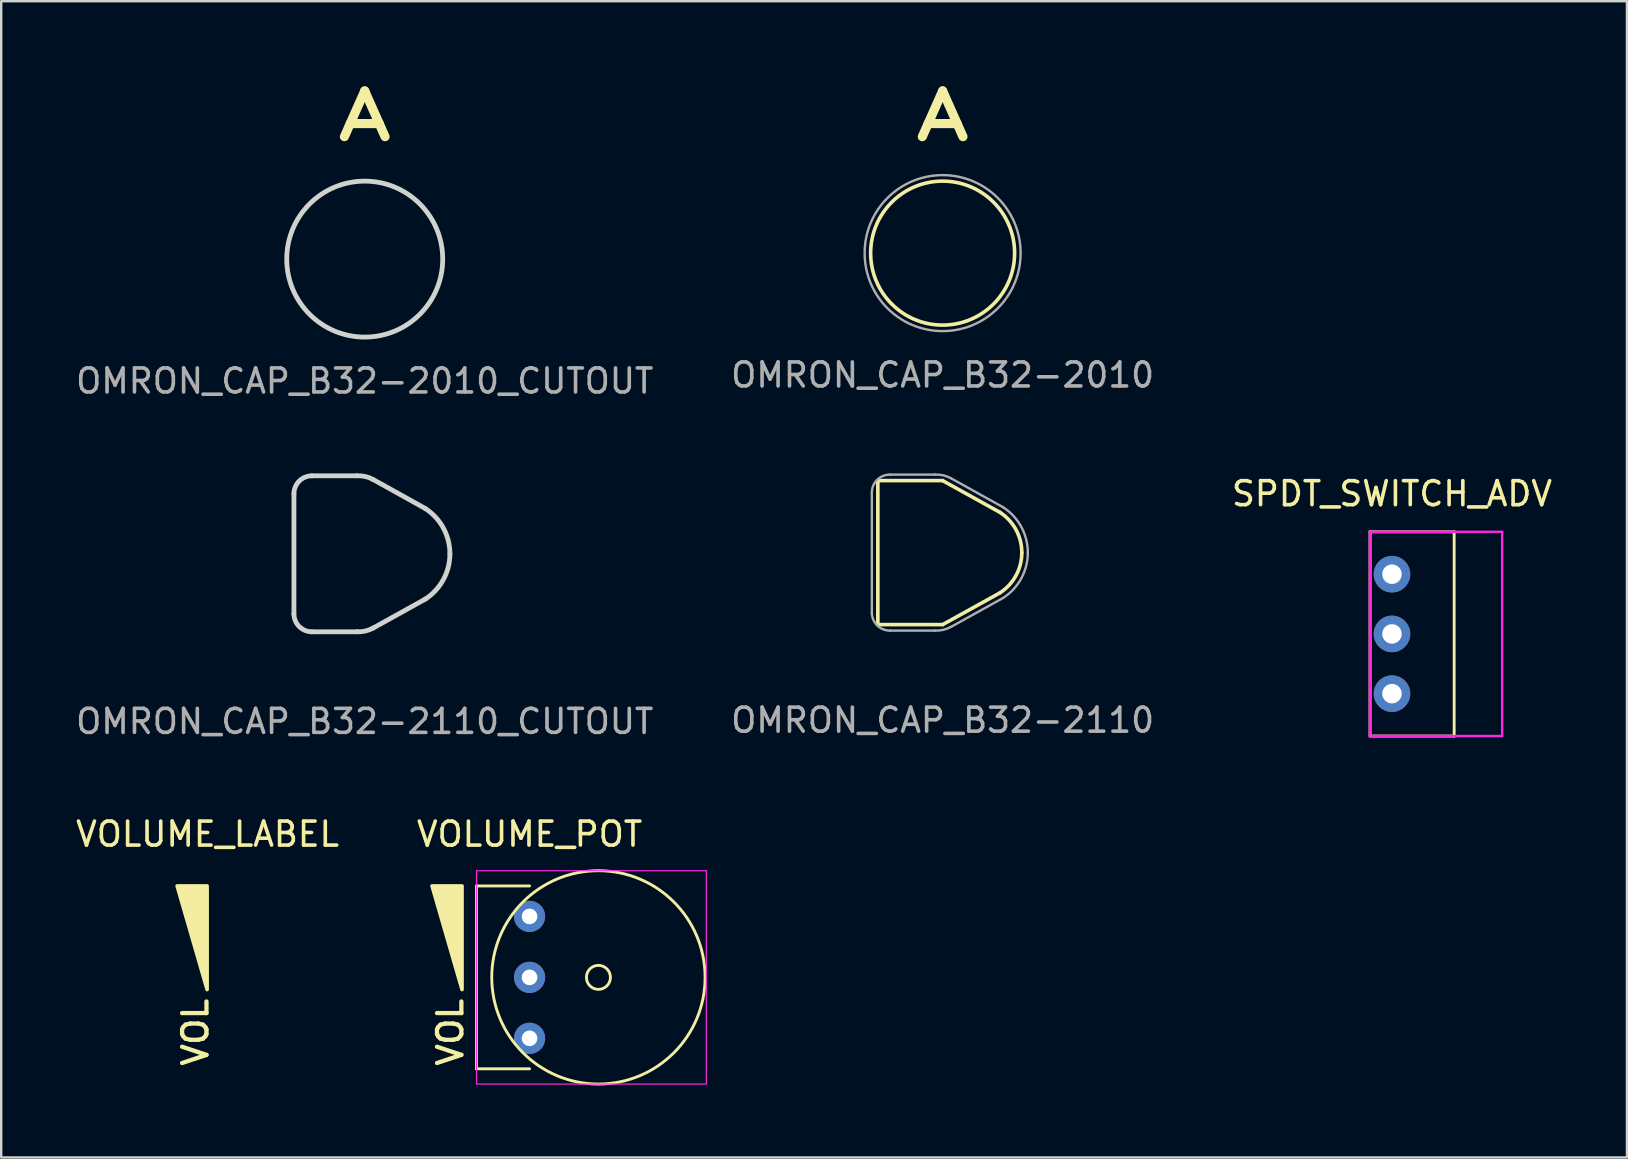
<source format=kicad_pcb>
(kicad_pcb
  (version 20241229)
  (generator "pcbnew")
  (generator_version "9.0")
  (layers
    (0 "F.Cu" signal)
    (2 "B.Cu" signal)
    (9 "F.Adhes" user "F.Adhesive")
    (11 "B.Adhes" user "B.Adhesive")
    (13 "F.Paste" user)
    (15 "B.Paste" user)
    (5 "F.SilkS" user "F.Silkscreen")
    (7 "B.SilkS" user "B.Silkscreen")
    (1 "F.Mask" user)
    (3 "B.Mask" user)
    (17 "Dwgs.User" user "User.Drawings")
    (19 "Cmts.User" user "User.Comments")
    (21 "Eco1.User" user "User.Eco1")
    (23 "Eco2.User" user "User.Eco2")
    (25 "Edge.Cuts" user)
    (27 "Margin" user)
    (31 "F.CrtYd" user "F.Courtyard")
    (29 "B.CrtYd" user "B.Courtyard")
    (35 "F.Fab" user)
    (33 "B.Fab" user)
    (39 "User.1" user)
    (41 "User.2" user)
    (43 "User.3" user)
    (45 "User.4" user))
  (footprint "OMRON_CAP_B32-2010"
    (layer "F.Cu")
    (at 36.232 7.498)
    (property "Reference" "OMRON_CAP_B32-2010" (at 0 5.08 0) (layer "F.Fab") (effects (font (size 1 1) (thickness 0.15))))
    (attr through_hole)
    (fp_circle (center 0 0) (end 3 0) (stroke (width 0.15) (type solid)) (fill no) (layer "F.SilkS"))
    (fp_circle (center 0 0) (end 3.25 0) (stroke (width 0.1) (type solid)) (fill no) (layer "F.Fab"))
    (fp_text user "A" (at 0 -5.715 0) (layer "F.SilkS") (effects (font (size 1.905 2.54) (thickness 0.381)))))
  (footprint "SPDT_SWITCH_ADV"
    (layer "F.Cu")
    (at 54.958 23.367)
    (property "Reference" "SPDT_SWITCH_ADV" (at 0 -5.842 0) (layer "F.SilkS") (effects (font (size 1 1) (thickness 0.15))))
    (attr through_hole)
    (fp_line (start -0.914 -4.255) (end -0.914 4.255) (stroke (width 0.12) (type solid)) (layer "F.SilkS"))
    (fp_line (start -0.914 -4.255) (end 2.591 -4.255) (stroke (width 0.12) (type solid)) (layer "F.SilkS"))
    (fp_line (start -0.914 4.255) (end 2.591 4.255) (stroke (width 0.12) (type solid)) (layer "F.SilkS"))
    (fp_line (start 2.591 -4.255) (end 2.591 4.255) (stroke (width 0.12) (type solid)) (layer "F.SilkS"))
    (fp_line (start -0.921 -4.255) (end -0.921 4.255) (stroke (width 0.1) (type solid)) (layer "F.CrtYd"))
    (fp_line (start -0.921 -4.255) (end 4.591 -4.255) (stroke (width 0.1) (type solid)) (layer "F.CrtYd"))
    (fp_line (start -0.921 4.255) (end 4.591 4.255) (stroke (width 0.1) (type solid)) (layer "F.CrtYd"))
    (fp_line (start 4.591 -4.255) (end 4.591 4.255) (stroke (width 0.1) (type solid)) (layer "F.CrtYd"))
    (pad "1" thru_hole circle (at 0 2.489) (size 1.524 1.524) (drill 0.813) (layers "*.Cu" "*.Mask"))
    (pad "2" thru_hole circle (at 0 0) (size 1.524 1.524) (drill 0.813) (layers "*.Cu" "*.Mask"))
    (pad "3" thru_hole circle (at 0 -2.489) (size 1.524 1.524) (drill 0.813) (layers "*.Cu" "*.Mask")))
  (footprint "OMRON_CAP_B32-2010_CUTOUT"
    (layer "F.Cu")
    (at 12.149 7.748)
    (property "Reference" "OMRON_CAP_B32-2010_CUTOUT" (at 0 5.08 0) (layer "F.Fab") (effects (font (size 1 1) (thickness 0.15))))
    (attr through_hole)
    (fp_circle (center 0 0) (end 3.25 0) (stroke (width 0.2) (type solid)) (fill no) (layer "Eco1.User"))
    (fp_circle (center 0 0) (end 3.25 0) (stroke (width 0.2) (type solid)) (fill no) (layer "Edge.Cuts"))
    (fp_text user "A" (at 0 -5.965 0) (layer "F.SilkS") (effects (font (size 1.905 2.54) (thickness 0.381)))))
  (footprint "OMRON_CAP_B32-2110"
    (layer "F.Cu")
    (at 36.232 19.979)
    (property "Reference" "OMRON_CAP_B32-2110" (at 0 6.985 0) (layer "F.Fab") (effects (font (size 1 1) (thickness 0.15))))
    (attr through_hole)
    (fp_line (start -2.7 -3) (end -2.7 3) (stroke (width 0.15) (type solid)) (layer "F.SilkS"))
    (fp_line (start -2.7 -3) (end 0 -3) (stroke (width 0.15) (type solid)) (layer "F.SilkS"))
    (fp_line (start -2.7 3) (end 0 3) (stroke (width 0.15) (type solid)) (layer "F.SilkS"))
    (fp_line (start 0 -3) (end 2.391 -1.676) (stroke (width 0.15) (type solid)) (layer "F.SilkS"))
    (fp_line (start 0 3) (end 2.392 1.675) (stroke (width 0.15) (type solid)) (layer "F.SilkS"))
    (fp_arc (start 2.391059 -1.676183) (mid 3.058141 -0.953384) (end 3.3 0) (stroke (width 0.15) (type solid)) (layer "F.SilkS"))
    (fp_arc (start 3.3 0) (mid 3.058466 0.952783) (end 2.392204 1.675437) (stroke (width 0.15) (type solid)) (layer "F.SilkS"))
    (fp_line (start -2.95 -2.5) (end -2.95 2.5) (stroke (width 0.1) (type solid)) (layer "F.Fab"))
    (fp_line (start -2.2 -3.25) (end -0.32 -3.251) (stroke (width 0.1) (type solid)) (layer "F.Fab"))
    (fp_line (start -2.2 3.25) (end -0.32 3.249) (stroke (width 0.1) (type solid)) (layer "F.Fab"))
    (fp_line (start 0.35 3.094) (end 2.529 1.885) (stroke (width 0.1) (type solid)) (layer "F.Fab"))
    (fp_line (start 0.351 -3.096) (end 2.529 -1.885) (stroke (width 0.1) (type solid)) (layer "F.Fab"))
    (fp_arc (start -2.95 -2.5) (mid -2.73033 -3.03033) (end -2.2 -3.25) (stroke (width 0.1) (type solid)) (layer "F.Fab"))
    (fp_arc (start -2.2 3.25) (mid -2.73033 3.03033) (end -2.95 2.5) (stroke (width 0.1) (type solid)) (layer "F.Fab"))
    (fp_arc (start -0.320046 -3.251318) (mid 0.026119 -3.220851) (end 0.35052 -3.09626) (stroke (width 0.1) (type solid)) (layer "F.Fab"))
    (fp_arc (start 0.349882 3.093604) (mid 0.025815 3.218219) (end -0.320046 3.248682) (stroke (width 0.1) (type solid)) (layer "F.Fab"))
    (fp_arc (start 2.528729 -1.884867) (mid 3.278274 -1.071881) (end 3.55 0) (stroke (width 0.1) (type solid)) (layer "F.Fab"))
    (fp_arc (start 3.55 0) (mid 3.278275 1.071881) (end 2.528729 1.884867) (stroke (width 0.1) (type solid)) (layer "F.Fab")))
  (footprint "OMRON_CAP_B32-2110_CUTOUT"
    (layer "F.Cu")
    (at 12.149 20.029)
    (property "Reference" "OMRON_CAP_B32-2110_CUTOUT" (at 0 6.985 0) (layer "F.Fab") (effects (font (size 1 1) (thickness 0.15))))
    (attr through_hole)
    (fp_line (start -2.95 -2.5) (end -2.95 2.5) (stroke (width 0.2) (type solid)) (layer "Eco1.User"))
    (fp_line (start -2.2 -3.25) (end -0.32 -3.251) (stroke (width 0.2) (type solid)) (layer "Eco1.User"))
    (fp_line (start -2.2 3.25) (end -0.32 3.249) (stroke (width 0.2) (type solid)) (layer "Eco1.User"))
    (fp_line (start 0.35 3.094) (end 2.529 1.885) (stroke (width 0.2) (type solid)) (layer "Eco1.User"))
    (fp_line (start 0.351 -3.096) (end 2.529 -1.885) (stroke (width 0.2) (type solid)) (layer "Eco1.User"))
    (fp_arc (start -2.95 -2.5) (mid -2.73033 -3.03033) (end -2.2 -3.25) (stroke (width 0.2) (type solid)) (layer "Eco1.User"))
    (fp_arc (start -2.2 3.25) (mid -2.73033 3.03033) (end -2.95 2.5) (stroke (width 0.2) (type solid)) (layer "Eco1.User"))
    (fp_arc (start -0.320912 -3.251273) (mid 0.025697 -3.220948) (end 0.35052 -3.09626) (stroke (width 0.2) (type solid)) (layer "Eco1.User"))
    (fp_arc (start 0.349882 3.093604) (mid 0.025815 3.218219) (end -0.320046 3.248682) (stroke (width 0.2) (type solid)) (layer "Eco1.User"))
    (fp_arc (start 2.528729 -1.884867) (mid 3.278274 -1.071881) (end 3.55 0) (stroke (width 0.2) (type solid)) (layer "Eco1.User"))
    (fp_arc (start 3.55 0) (mid 3.278275 1.071881) (end 2.528729 1.884867) (stroke (width 0.2) (type solid)) (layer "Eco1.User"))
    (fp_line (start -2.95 -2.5) (end -2.95 2.5) (stroke (width 0.2) (type solid)) (layer "Edge.Cuts"))
    (fp_line (start -2.2 -3.25) (end -0.32 -3.251) (stroke (width 0.2) (type solid)) (layer "Edge.Cuts"))
    (fp_line (start -2.2 3.25) (end -0.32 3.249) (stroke (width 0.2) (type solid)) (layer "Edge.Cuts"))
    (fp_line (start 0.35 3.094) (end 2.529 1.885) (stroke (width 0.2) (type solid)) (layer "Edge.Cuts"))
    (fp_line (start 0.351 -3.096) (end 2.529 -1.885) (stroke (width 0.2) (type solid)) (layer "Edge.Cuts"))
    (fp_arc (start -2.95 -2.5) (mid -2.73033 -3.03033) (end -2.2 -3.25) (stroke (width 0.2) (type solid)) (layer "Edge.Cuts"))
    (fp_arc (start -2.2 3.25) (mid -2.73033 3.03033) (end -2.95 2.5) (stroke (width 0.2) (type solid)) (layer "Edge.Cuts"))
    (fp_arc (start -0.320912 -3.251273) (mid 0.025697 -3.220948) (end 0.35052 -3.09626) (stroke (width 0.2) (type solid)) (layer "Edge.Cuts"))
    (fp_arc (start 0.349882 3.093604) (mid 0.025815 3.218219) (end -0.320046 3.248682) (stroke (width 0.2) (type solid)) (layer "Edge.Cuts"))
    (fp_arc (start 2.528729 -1.884867) (mid 3.278274 -1.071881) (end 3.55 0) (stroke (width 0.2) (type solid)) (layer "Edge.Cuts"))
    (fp_arc (start 3.55 0) (mid 3.278275 1.071881) (end 2.528729 1.884867) (stroke (width 0.2) (type solid)) (layer "Edge.Cuts")))
  (footprint "VOLUME_LABEL"
    (layer "F.Cu")
    (at 5.601 37.68)
    (property "Reference" "VOLUME_LABEL" (at 0 -5.969 0) (layer "F.SilkS") (effects (font (size 1 1) (thickness 0.15))))
    (attr through_hole)
    (fp_poly (pts (xy -1.27 -3.81) (xy -0.02 0.508) (xy -0.02 -3.81)) (stroke (width 0.15) (type solid)) (fill yes) (layer "F.SilkS"))
    (fp_text user "VOL" (at -0.508 2.286 90) (layer "F.SilkS") (effects (font (size 1.016 1.016) (thickness 0.178)))))
  (footprint "VOLUME_POT"
    (layer "F.Cu")
    (at 19.018 37.68)
    (property "Reference" "VOLUME_POT" (at 0 -5.969 0) (layer "F.SilkS") (effects (font (size 1 1) (thickness 0.15))))
    (attr through_hole)
    (fp_line (start -2.21 -3.81) (end 0 -3.81) (stroke (width 0.12) (type solid)) (layer "F.SilkS"))
    (fp_line (start -2.21 3.81) (end -2.21 -3.81) (stroke (width 0.12) (type solid)) (layer "F.SilkS"))
    (fp_line (start -2.21 3.81) (end 0 3.81) (stroke (width 0.12) (type solid)) (layer "F.SilkS"))
    (fp_circle (center 2.87 0) (end 3.37 0) (stroke (width 0.12) (type solid)) (fill no) (layer "F.SilkS"))
    (fp_circle (center 2.87 0) (end 7.315 0) (stroke (width 0.12) (type solid)) (fill no) (layer "F.SilkS"))
    (fp_poly (pts (xy -4.064 -3.81) (xy -2.814 0.508) (xy -2.814 -3.81)) (stroke (width 0.15) (type solid)) (fill yes) (layer "F.SilkS"))
    (fp_line (start -2.21 -4.445) (end 7.366 -4.445) (stroke (width 0.05) (type solid)) (layer "F.CrtYd"))
    (fp_line (start -2.21 4.445) (end -2.21 -4.445) (stroke (width 0.05) (type solid)) (layer "F.CrtYd"))
    (fp_line (start 7.366 4.445) (end -2.21 4.445) (stroke (width 0.05) (type solid)) (layer "F.CrtYd"))
    (fp_line (start 7.366 4.445) (end 7.366 -4.445) (stroke (width 0.05) (type solid)) (layer "F.CrtYd"))
    (fp_text user "VOL" (at -3.302 2.286 90) (layer "F.SilkS") (effects (font (size 1.016 1.016) (thickness 0.178))))
    (pad "1" thru_hole circle (at 0 2.54) (size 1.3 1.3) (drill 0.65) (layers "*.Cu" "*.Mask"))
    (pad "2" thru_hole circle (at 0 0) (size 1.3 1.3) (drill 0.65) (layers "*.Cu" "*.Mask"))
    (pad "3" thru_hole circle (at 0 -2.54) (size 1.3 1.3) (drill 0.65) (layers "*.Cu" "*.Mask")))
  (gr_rect
    (start -3 -3)
    (end 64.75 45.185)
    (stroke (width 0.1) (type default))
    (fill no)
    (layer "Edge.Cuts")))
</source>
